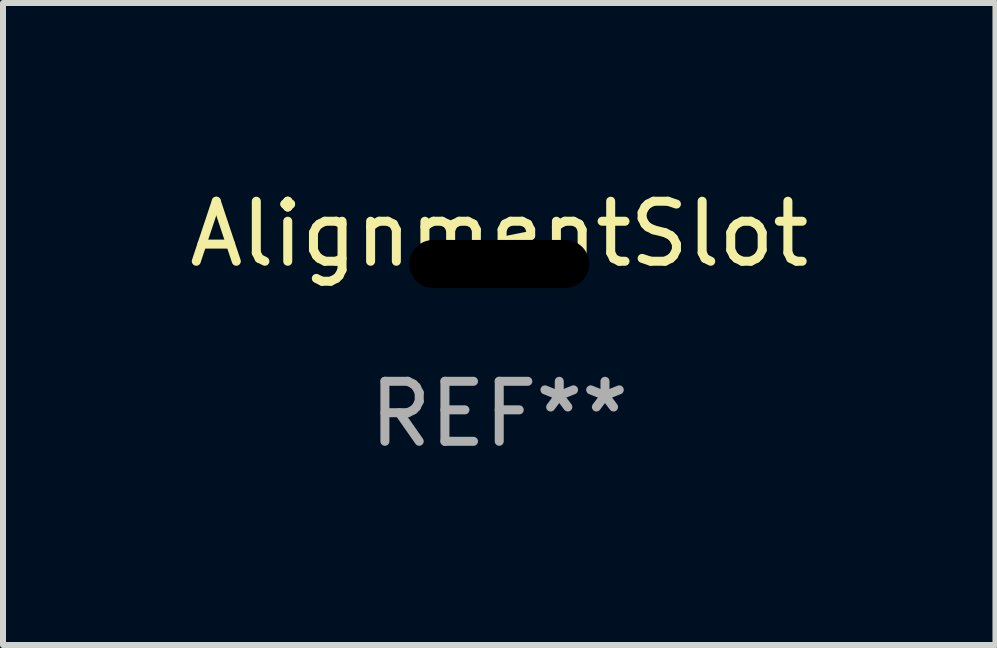
<source format=kicad_pcb>
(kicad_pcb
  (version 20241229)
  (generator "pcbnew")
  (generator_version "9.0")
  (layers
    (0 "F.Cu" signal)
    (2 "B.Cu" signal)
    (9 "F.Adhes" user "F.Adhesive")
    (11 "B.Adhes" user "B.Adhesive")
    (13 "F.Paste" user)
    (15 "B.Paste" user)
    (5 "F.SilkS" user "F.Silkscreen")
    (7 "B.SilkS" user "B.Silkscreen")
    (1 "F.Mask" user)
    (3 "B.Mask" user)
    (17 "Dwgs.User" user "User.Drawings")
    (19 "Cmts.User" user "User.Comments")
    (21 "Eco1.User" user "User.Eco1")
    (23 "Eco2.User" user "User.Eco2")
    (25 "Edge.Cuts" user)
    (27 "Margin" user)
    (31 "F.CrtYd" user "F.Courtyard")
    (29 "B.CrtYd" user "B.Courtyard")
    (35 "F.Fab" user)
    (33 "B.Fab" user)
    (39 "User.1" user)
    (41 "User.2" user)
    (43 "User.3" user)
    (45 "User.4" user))
  (footprint "AlignmentSlot"
    (layer "F.Cu")
    (at 5.268 1.348)
    (property "Reference" "AlignmentSlot" (at 0 -0.5 0) (unlocked yes) (layer "F.SilkS") (effects (font (size 1 1) (thickness 0.15))))
    (attr through_hole)
    (fp_text user "REF**" (at 0 2.5 0) (unlocked yes) (layer "F.Fab") (effects (font (size 1 1) (thickness 0.15))))
    (pad "" np_thru_hole oval (at 0 0) (size 3 0.8) (drill oval 3 0.8) (layers "*.Mask")))
  (gr_rect
    (start -3 -3)
    (end 13.536 7.697)
    (stroke (width 0.1) (type default))
    (fill no)
    (layer "Edge.Cuts")))
</source>
